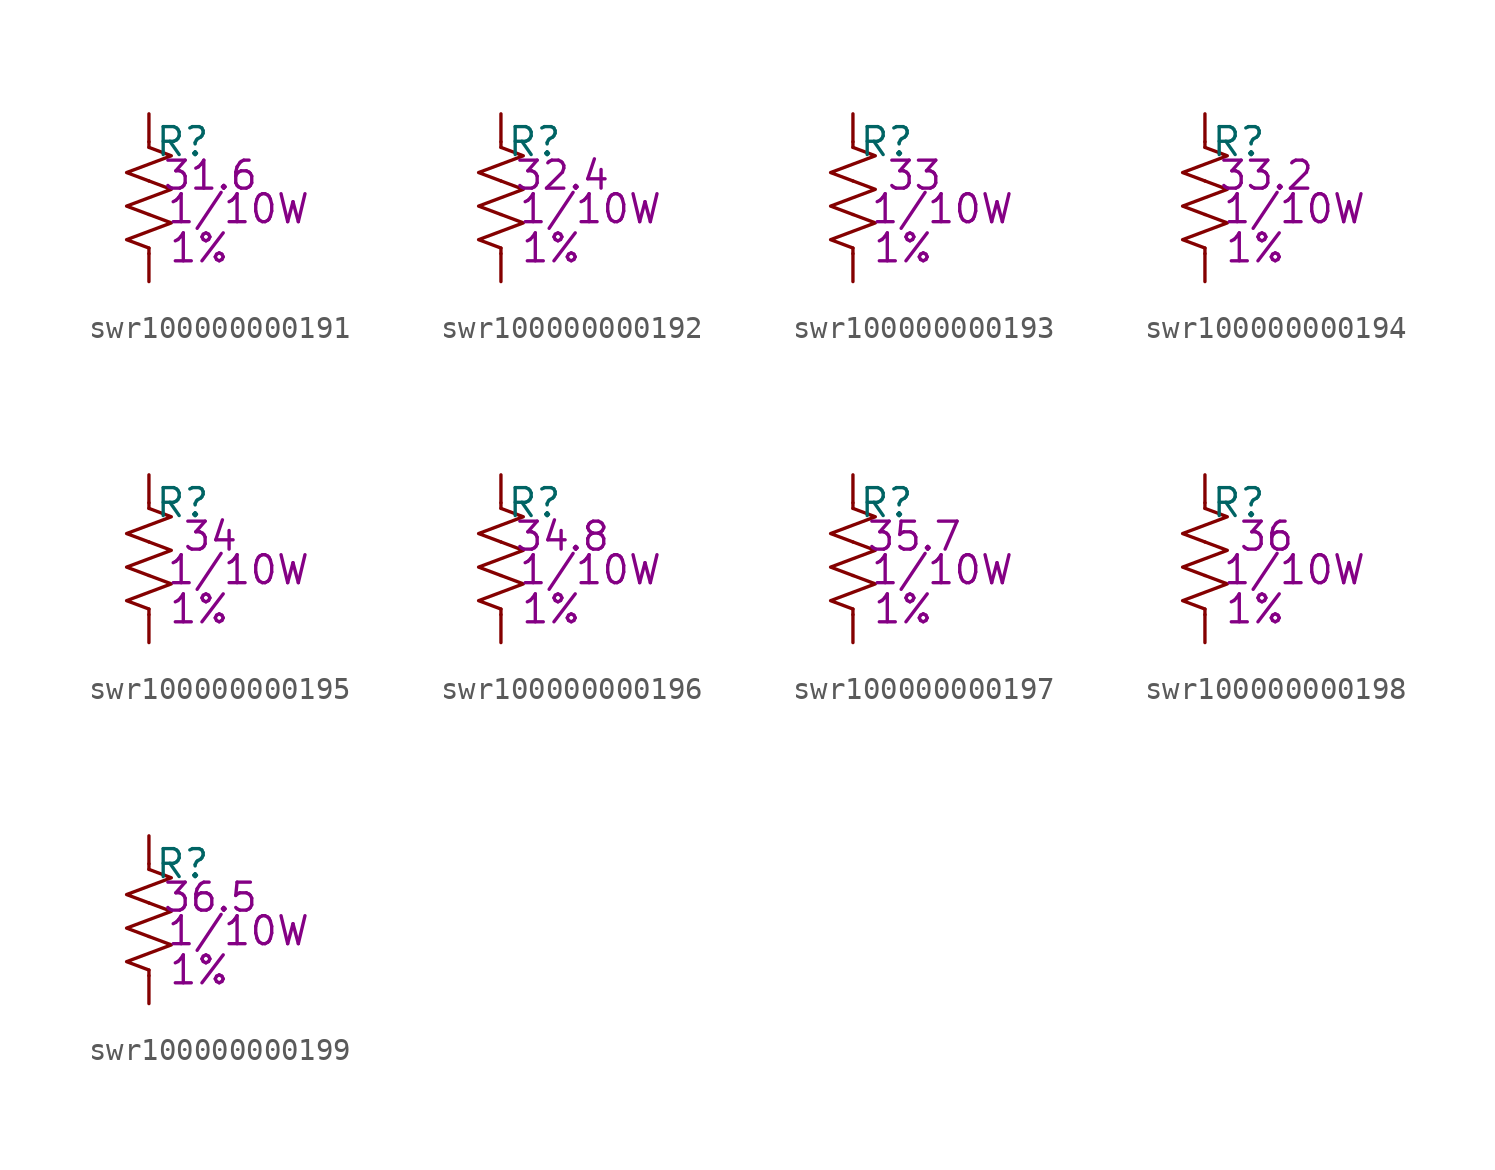
<source format=kicad_sym>
(kicad_symbol_lib
  (version 20211014)
  (generator kicad_symbol_editor)
  (symbol "swr100000000191"
    (pin_numbers hide)
    (pin_names
      (offset 1.016))
    (property "Reference" "R"
      (at 1.524 2.54 0)
      (effects (font (size 1.27 1.27))))
    (property "Tolerance" "1%"
      (at 2.286 -2.286 0)
      (effects (font (size 1.27 1.27))))
    (property "Wattage" "1/10W"
      (at 4.064 -0.508 0)
      (effects (font (size 1.27 1.27))))
    (property "PartValue" "31.6"
      (at 2.794 1.016 0)
      (effects (font (size 1.27 1.27))))
    (symbol "swr100000000191_1_1"
      (polyline (pts (xy 0 -2.286) (xy 0 -2.54)) (stroke (width 0) (type default) (color 0 0 0 0)) (fill (type none)))
      (polyline (pts (xy 0 2.286) (xy 0 2.54)) (stroke (width 0) (type default) (color 0 0 0 0)) (fill (type none)))
      (polyline (pts (xy 0 -0.762) (xy 1.016 -1.143) (xy 0 -1.524) (xy -1.016 -1.905) (xy 0 -2.286)) (stroke (width 0) (type default) (color 0 0 0 0)) (fill (type none)))
      (polyline (pts (xy 0 0.762) (xy 1.016 0.381) (xy 0 0) (xy -1.016 -0.381) (xy 0 -0.762)) (stroke (width 0) (type default) (color 0 0 0 0)) (fill (type none)))
      (polyline (pts (xy 0 2.286) (xy 1.016 1.905) (xy 0 1.524) (xy -1.016 1.143) (xy 0 0.762)) (stroke (width 0) (type default) (color 0 0 0 0)) (fill (type none)))
      (pin passive line (at 0 3.81 270) (length 1.27) (name "~" (effects (font (size 1.27 1.27)))) (number "1" (effects (font (size 1.27 1.27)))))
      (pin passive line (at 0 -3.81 90) (length 1.27) (name "~" (effects (font (size 1.27 1.27)))) (number "2" (effects (font (size 1.27 1.27)))))))
  (symbol "swr100000000192"
    (pin_numbers hide)
    (pin_names
      (offset 1.016))
    (property "Reference" "R"
      (at 1.524 2.54 0)
      (effects (font (size 1.27 1.27))))
    (property "Tolerance" "1%"
      (at 2.286 -2.286 0)
      (effects (font (size 1.27 1.27))))
    (property "Wattage" "1/10W"
      (at 4.064 -0.508 0)
      (effects (font (size 1.27 1.27))))
    (property "PartValue" "32.4"
      (at 2.794 1.016 0)
      (effects (font (size 1.27 1.27))))
    (symbol "swr100000000192_1_1"
      (polyline (pts (xy 0 -2.286) (xy 0 -2.54)) (stroke (width 0) (type default) (color 0 0 0 0)) (fill (type none)))
      (polyline (pts (xy 0 2.286) (xy 0 2.54)) (stroke (width 0) (type default) (color 0 0 0 0)) (fill (type none)))
      (polyline (pts (xy 0 -0.762) (xy 1.016 -1.143) (xy 0 -1.524) (xy -1.016 -1.905) (xy 0 -2.286)) (stroke (width 0) (type default) (color 0 0 0 0)) (fill (type none)))
      (polyline (pts (xy 0 0.762) (xy 1.016 0.381) (xy 0 0) (xy -1.016 -0.381) (xy 0 -0.762)) (stroke (width 0) (type default) (color 0 0 0 0)) (fill (type none)))
      (polyline (pts (xy 0 2.286) (xy 1.016 1.905) (xy 0 1.524) (xy -1.016 1.143) (xy 0 0.762)) (stroke (width 0) (type default) (color 0 0 0 0)) (fill (type none)))
      (pin passive line (at 0 3.81 270) (length 1.27) (name "~" (effects (font (size 1.27 1.27)))) (number "1" (effects (font (size 1.27 1.27)))))
      (pin passive line (at 0 -3.81 90) (length 1.27) (name "~" (effects (font (size 1.27 1.27)))) (number "2" (effects (font (size 1.27 1.27)))))))
  (symbol "swr100000000193"
    (pin_numbers hide)
    (pin_names
      (offset 1.016))
    (property "Reference" "R"
      (at 1.524 2.54 0)
      (effects (font (size 1.27 1.27))))
    (property "Tolerance" "1%"
      (at 2.286 -2.286 0)
      (effects (font (size 1.27 1.27))))
    (property "Wattage" "1/10W"
      (at 4.064 -0.508 0)
      (effects (font (size 1.27 1.27))))
    (property "PartValue" "33"
      (at 2.794 1.016 0)
      (effects (font (size 1.27 1.27))))
    (symbol "swr100000000193_1_1"
      (polyline (pts (xy 0 -2.286) (xy 0 -2.54)) (stroke (width 0) (type default) (color 0 0 0 0)) (fill (type none)))
      (polyline (pts (xy 0 2.286) (xy 0 2.54)) (stroke (width 0) (type default) (color 0 0 0 0)) (fill (type none)))
      (polyline (pts (xy 0 -0.762) (xy 1.016 -1.143) (xy 0 -1.524) (xy -1.016 -1.905) (xy 0 -2.286)) (stroke (width 0) (type default) (color 0 0 0 0)) (fill (type none)))
      (polyline (pts (xy 0 0.762) (xy 1.016 0.381) (xy 0 0) (xy -1.016 -0.381) (xy 0 -0.762)) (stroke (width 0) (type default) (color 0 0 0 0)) (fill (type none)))
      (polyline (pts (xy 0 2.286) (xy 1.016 1.905) (xy 0 1.524) (xy -1.016 1.143) (xy 0 0.762)) (stroke (width 0) (type default) (color 0 0 0 0)) (fill (type none)))
      (pin passive line (at 0 3.81 270) (length 1.27) (name "~" (effects (font (size 1.27 1.27)))) (number "1" (effects (font (size 1.27 1.27)))))
      (pin passive line (at 0 -3.81 90) (length 1.27) (name "~" (effects (font (size 1.27 1.27)))) (number "2" (effects (font (size 1.27 1.27)))))))
  (symbol "swr100000000194"
    (pin_numbers hide)
    (pin_names
      (offset 1.016))
    (property "Reference" "R"
      (at 1.524 2.54 0)
      (effects (font (size 1.27 1.27))))
    (property "Tolerance" "1%"
      (at 2.286 -2.286 0)
      (effects (font (size 1.27 1.27))))
    (property "Wattage" "1/10W"
      (at 4.064 -0.508 0)
      (effects (font (size 1.27 1.27))))
    (property "PartValue" "33.2"
      (at 2.794 1.016 0)
      (effects (font (size 1.27 1.27))))
    (symbol "swr100000000194_1_1"
      (polyline (pts (xy 0 -2.286) (xy 0 -2.54)) (stroke (width 0) (type default) (color 0 0 0 0)) (fill (type none)))
      (polyline (pts (xy 0 2.286) (xy 0 2.54)) (stroke (width 0) (type default) (color 0 0 0 0)) (fill (type none)))
      (polyline (pts (xy 0 -0.762) (xy 1.016 -1.143) (xy 0 -1.524) (xy -1.016 -1.905) (xy 0 -2.286)) (stroke (width 0) (type default) (color 0 0 0 0)) (fill (type none)))
      (polyline (pts (xy 0 0.762) (xy 1.016 0.381) (xy 0 0) (xy -1.016 -0.381) (xy 0 -0.762)) (stroke (width 0) (type default) (color 0 0 0 0)) (fill (type none)))
      (polyline (pts (xy 0 2.286) (xy 1.016 1.905) (xy 0 1.524) (xy -1.016 1.143) (xy 0 0.762)) (stroke (width 0) (type default) (color 0 0 0 0)) (fill (type none)))
      (pin passive line (at 0 3.81 270) (length 1.27) (name "~" (effects (font (size 1.27 1.27)))) (number "1" (effects (font (size 1.27 1.27)))))
      (pin passive line (at 0 -3.81 90) (length 1.27) (name "~" (effects (font (size 1.27 1.27)))) (number "2" (effects (font (size 1.27 1.27)))))))
  (symbol "swr100000000195"
    (pin_numbers hide)
    (pin_names
      (offset 1.016))
    (property "Reference" "R"
      (at 1.524 2.54 0)
      (effects (font (size 1.27 1.27))))
    (property "Tolerance" "1%"
      (at 2.286 -2.286 0)
      (effects (font (size 1.27 1.27))))
    (property "Wattage" "1/10W"
      (at 4.064 -0.508 0)
      (effects (font (size 1.27 1.27))))
    (property "PartValue" "34"
      (at 2.794 1.016 0)
      (effects (font (size 1.27 1.27))))
    (symbol "swr100000000195_1_1"
      (polyline (pts (xy 0 -2.286) (xy 0 -2.54)) (stroke (width 0) (type default) (color 0 0 0 0)) (fill (type none)))
      (polyline (pts (xy 0 2.286) (xy 0 2.54)) (stroke (width 0) (type default) (color 0 0 0 0)) (fill (type none)))
      (polyline (pts (xy 0 -0.762) (xy 1.016 -1.143) (xy 0 -1.524) (xy -1.016 -1.905) (xy 0 -2.286)) (stroke (width 0) (type default) (color 0 0 0 0)) (fill (type none)))
      (polyline (pts (xy 0 0.762) (xy 1.016 0.381) (xy 0 0) (xy -1.016 -0.381) (xy 0 -0.762)) (stroke (width 0) (type default) (color 0 0 0 0)) (fill (type none)))
      (polyline (pts (xy 0 2.286) (xy 1.016 1.905) (xy 0 1.524) (xy -1.016 1.143) (xy 0 0.762)) (stroke (width 0) (type default) (color 0 0 0 0)) (fill (type none)))
      (pin passive line (at 0 3.81 270) (length 1.27) (name "~" (effects (font (size 1.27 1.27)))) (number "1" (effects (font (size 1.27 1.27)))))
      (pin passive line (at 0 -3.81 90) (length 1.27) (name "~" (effects (font (size 1.27 1.27)))) (number "2" (effects (font (size 1.27 1.27)))))))
  (symbol "swr100000000196"
    (pin_numbers hide)
    (pin_names
      (offset 1.016))
    (property "Reference" "R"
      (at 1.524 2.54 0)
      (effects (font (size 1.27 1.27))))
    (property "Tolerance" "1%"
      (at 2.286 -2.286 0)
      (effects (font (size 1.27 1.27))))
    (property "Wattage" "1/10W"
      (at 4.064 -0.508 0)
      (effects (font (size 1.27 1.27))))
    (property "PartValue" "34.8"
      (at 2.794 1.016 0)
      (effects (font (size 1.27 1.27))))
    (symbol "swr100000000196_1_1"
      (polyline (pts (xy 0 -2.286) (xy 0 -2.54)) (stroke (width 0) (type default) (color 0 0 0 0)) (fill (type none)))
      (polyline (pts (xy 0 2.286) (xy 0 2.54)) (stroke (width 0) (type default) (color 0 0 0 0)) (fill (type none)))
      (polyline (pts (xy 0 -0.762) (xy 1.016 -1.143) (xy 0 -1.524) (xy -1.016 -1.905) (xy 0 -2.286)) (stroke (width 0) (type default) (color 0 0 0 0)) (fill (type none)))
      (polyline (pts (xy 0 0.762) (xy 1.016 0.381) (xy 0 0) (xy -1.016 -0.381) (xy 0 -0.762)) (stroke (width 0) (type default) (color 0 0 0 0)) (fill (type none)))
      (polyline (pts (xy 0 2.286) (xy 1.016 1.905) (xy 0 1.524) (xy -1.016 1.143) (xy 0 0.762)) (stroke (width 0) (type default) (color 0 0 0 0)) (fill (type none)))
      (pin passive line (at 0 3.81 270) (length 1.27) (name "~" (effects (font (size 1.27 1.27)))) (number "1" (effects (font (size 1.27 1.27)))))
      (pin passive line (at 0 -3.81 90) (length 1.27) (name "~" (effects (font (size 1.27 1.27)))) (number "2" (effects (font (size 1.27 1.27)))))))
  (symbol "swr100000000197"
    (pin_numbers hide)
    (pin_names
      (offset 1.016))
    (property "Reference" "R"
      (at 1.524 2.54 0)
      (effects (font (size 1.27 1.27))))
    (property "Tolerance" "1%"
      (at 2.286 -2.286 0)
      (effects (font (size 1.27 1.27))))
    (property "Wattage" "1/10W"
      (at 4.064 -0.508 0)
      (effects (font (size 1.27 1.27))))
    (property "PartValue" "35.7"
      (at 2.794 1.016 0)
      (effects (font (size 1.27 1.27))))
    (symbol "swr100000000197_1_1"
      (polyline (pts (xy 0 -2.286) (xy 0 -2.54)) (stroke (width 0) (type default) (color 0 0 0 0)) (fill (type none)))
      (polyline (pts (xy 0 2.286) (xy 0 2.54)) (stroke (width 0) (type default) (color 0 0 0 0)) (fill (type none)))
      (polyline (pts (xy 0 -0.762) (xy 1.016 -1.143) (xy 0 -1.524) (xy -1.016 -1.905) (xy 0 -2.286)) (stroke (width 0) (type default) (color 0 0 0 0)) (fill (type none)))
      (polyline (pts (xy 0 0.762) (xy 1.016 0.381) (xy 0 0) (xy -1.016 -0.381) (xy 0 -0.762)) (stroke (width 0) (type default) (color 0 0 0 0)) (fill (type none)))
      (polyline (pts (xy 0 2.286) (xy 1.016 1.905) (xy 0 1.524) (xy -1.016 1.143) (xy 0 0.762)) (stroke (width 0) (type default) (color 0 0 0 0)) (fill (type none)))
      (pin passive line (at 0 3.81 270) (length 1.27) (name "~" (effects (font (size 1.27 1.27)))) (number "1" (effects (font (size 1.27 1.27)))))
      (pin passive line (at 0 -3.81 90) (length 1.27) (name "~" (effects (font (size 1.27 1.27)))) (number "2" (effects (font (size 1.27 1.27)))))))
  (symbol "swr100000000198"
    (pin_numbers hide)
    (pin_names
      (offset 1.016))
    (property "Reference" "R"
      (at 1.524 2.54 0)
      (effects (font (size 1.27 1.27))))
    (property "Tolerance" "1%"
      (at 2.286 -2.286 0)
      (effects (font (size 1.27 1.27))))
    (property "Wattage" "1/10W"
      (at 4.064 -0.508 0)
      (effects (font (size 1.27 1.27))))
    (property "PartValue" "36"
      (at 2.794 1.016 0)
      (effects (font (size 1.27 1.27))))
    (symbol "swr100000000198_1_1"
      (polyline (pts (xy 0 -2.286) (xy 0 -2.54)) (stroke (width 0) (type default) (color 0 0 0 0)) (fill (type none)))
      (polyline (pts (xy 0 2.286) (xy 0 2.54)) (stroke (width 0) (type default) (color 0 0 0 0)) (fill (type none)))
      (polyline (pts (xy 0 -0.762) (xy 1.016 -1.143) (xy 0 -1.524) (xy -1.016 -1.905) (xy 0 -2.286)) (stroke (width 0) (type default) (color 0 0 0 0)) (fill (type none)))
      (polyline (pts (xy 0 0.762) (xy 1.016 0.381) (xy 0 0) (xy -1.016 -0.381) (xy 0 -0.762)) (stroke (width 0) (type default) (color 0 0 0 0)) (fill (type none)))
      (polyline (pts (xy 0 2.286) (xy 1.016 1.905) (xy 0 1.524) (xy -1.016 1.143) (xy 0 0.762)) (stroke (width 0) (type default) (color 0 0 0 0)) (fill (type none)))
      (pin passive line (at 0 3.81 270) (length 1.27) (name "~" (effects (font (size 1.27 1.27)))) (number "1" (effects (font (size 1.27 1.27)))))
      (pin passive line (at 0 -3.81 90) (length 1.27) (name "~" (effects (font (size 1.27 1.27)))) (number "2" (effects (font (size 1.27 1.27)))))))
  (symbol "swr100000000199"
    (pin_numbers hide)
    (pin_names
      (offset 1.016))
    (property "Reference" "R"
      (at 1.524 2.54 0)
      (effects (font (size 1.27 1.27))))
    (property "Tolerance" "1%"
      (at 2.286 -2.286 0)
      (effects (font (size 1.27 1.27))))
    (property "Wattage" "1/10W"
      (at 4.064 -0.508 0)
      (effects (font (size 1.27 1.27))))
    (property "PartValue" "36.5"
      (at 2.794 1.016 0)
      (effects (font (size 1.27 1.27))))
    (symbol "swr100000000199_1_1"
      (polyline (pts (xy 0 -2.286) (xy 0 -2.54)) (stroke (width 0) (type default) (color 0 0 0 0)) (fill (type none)))
      (polyline (pts (xy 0 2.286) (xy 0 2.54)) (stroke (width 0) (type default) (color 0 0 0 0)) (fill (type none)))
      (polyline (pts (xy 0 -0.762) (xy 1.016 -1.143) (xy 0 -1.524) (xy -1.016 -1.905) (xy 0 -2.286)) (stroke (width 0) (type default) (color 0 0 0 0)) (fill (type none)))
      (polyline (pts (xy 0 0.762) (xy 1.016 0.381) (xy 0 0) (xy -1.016 -0.381) (xy 0 -0.762)) (stroke (width 0) (type default) (color 0 0 0 0)) (fill (type none)))
      (polyline (pts (xy 0 2.286) (xy 1.016 1.905) (xy 0 1.524) (xy -1.016 1.143) (xy 0 0.762)) (stroke (width 0) (type default) (color 0 0 0 0)) (fill (type none)))
      (pin passive line (at 0 3.81 270) (length 1.27) (name "~" (effects (font (size 1.27 1.27)))) (number "1" (effects (font (size 1.27 1.27)))))
      (pin passive line (at 0 -3.81 90) (length 1.27) (name "~" (effects (font (size 1.27 1.27)))) (number "2" (effects (font (size 1.27 1.27))))))))
</source>
